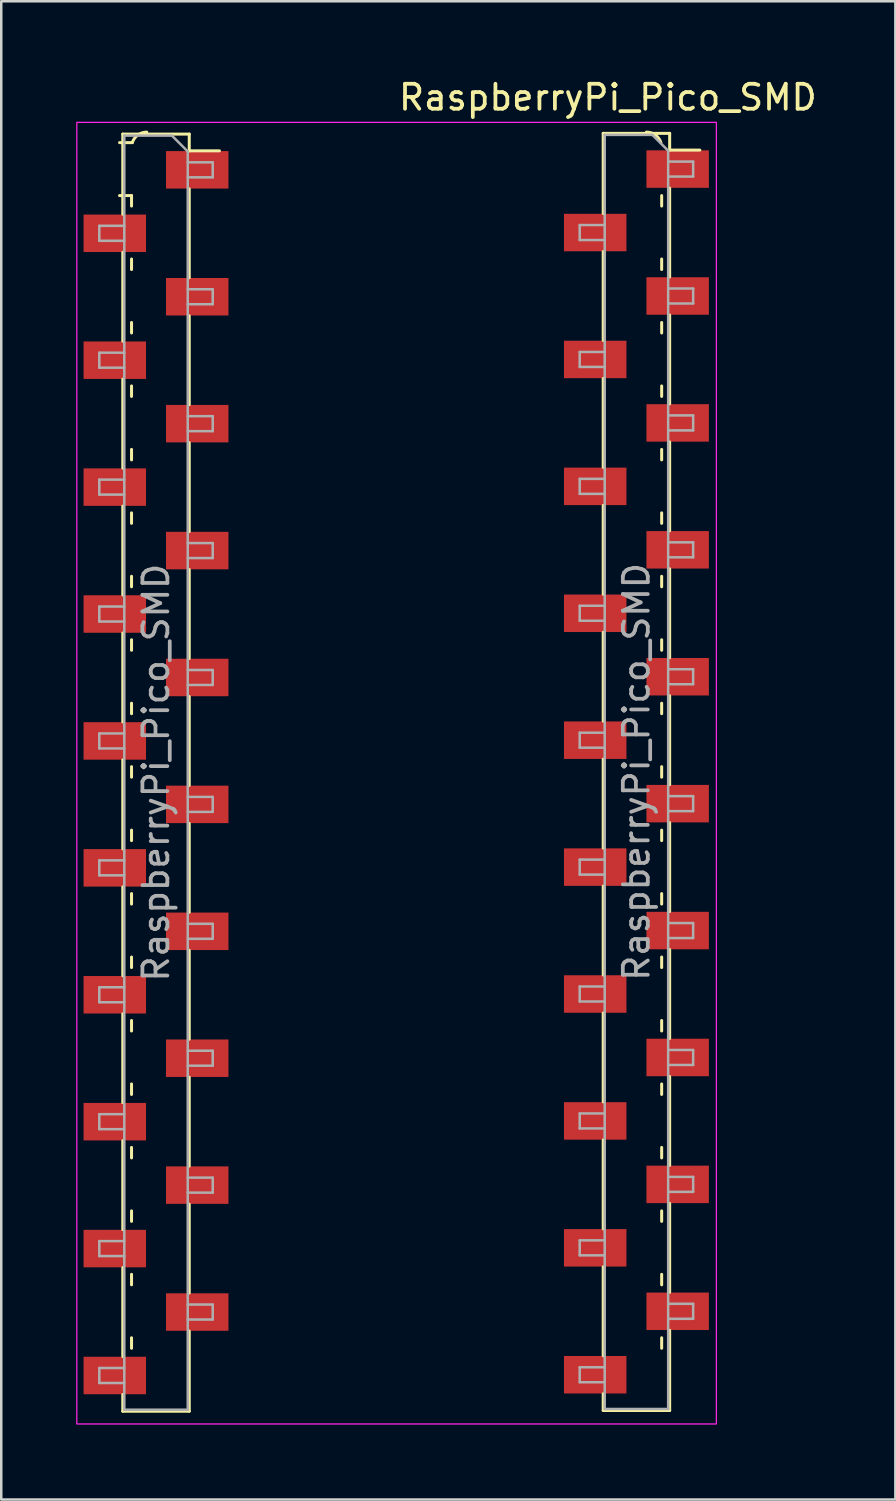
<source format=kicad_pcb>
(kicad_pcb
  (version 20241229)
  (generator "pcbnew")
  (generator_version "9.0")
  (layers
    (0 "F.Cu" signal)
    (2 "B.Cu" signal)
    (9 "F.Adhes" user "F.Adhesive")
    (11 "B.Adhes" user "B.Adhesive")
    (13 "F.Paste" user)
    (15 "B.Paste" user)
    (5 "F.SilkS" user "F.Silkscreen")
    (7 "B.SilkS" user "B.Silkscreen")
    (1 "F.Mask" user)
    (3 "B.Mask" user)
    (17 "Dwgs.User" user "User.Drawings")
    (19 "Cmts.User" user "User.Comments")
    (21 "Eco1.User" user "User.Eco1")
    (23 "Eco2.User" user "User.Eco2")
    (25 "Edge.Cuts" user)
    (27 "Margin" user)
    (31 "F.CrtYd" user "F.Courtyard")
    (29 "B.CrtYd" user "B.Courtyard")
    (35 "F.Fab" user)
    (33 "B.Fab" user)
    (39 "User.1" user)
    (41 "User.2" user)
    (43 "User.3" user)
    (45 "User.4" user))
  (footprint "RaspberryPi_Pico_SMD"
    (layer "F.Cu")
    (at 12.825 27.848)
    (property "Reference" "RaspberryPi_Pico_SMD" (at 0 -27 0) (unlocked yes) (layer "F.SilkS") (effects (font (size 1 1) (thickness 0.15)) (justify left)))
    (attr smd)
    (fp_line (start -10.96 -25.53) (end -10.96 -22.32) (stroke (width 0.12) (type solid)) (layer "F.SilkS"))
    (fp_line (start -10.96 -25.53) (end -8.3 -25.53) (stroke (width 0.12) (type solid)) (layer "F.SilkS"))
    (fp_line (start -10.96 -20.8) (end -10.96 -17.24) (stroke (width 0.12) (type solid)) (layer "F.SilkS"))
    (fp_line (start -10.96 -15.72) (end -10.96 -12.16) (stroke (width 0.12) (type solid)) (layer "F.SilkS"))
    (fp_line (start -10.96 -10.64) (end -10.96 -7.08) (stroke (width 0.12) (type solid)) (layer "F.SilkS"))
    (fp_line (start -10.96 -5.56) (end -10.96 -2) (stroke (width 0.12) (type solid)) (layer "F.SilkS"))
    (fp_line (start -10.96 -0.48) (end -10.96 3.08) (stroke (width 0.12) (type solid)) (layer "F.SilkS"))
    (fp_line (start -10.96 4.6) (end -10.96 8.16) (stroke (width 0.12) (type solid)) (layer "F.SilkS"))
    (fp_line (start -10.96 9.68) (end -10.96 13.24) (stroke (width 0.12) (type solid)) (layer "F.SilkS"))
    (fp_line (start -10.96 14.76) (end -10.96 18.32) (stroke (width 0.12) (type solid)) (layer "F.SilkS"))
    (fp_line (start -10.96 19.84) (end -10.96 23.4) (stroke (width 0.12) (type solid)) (layer "F.SilkS"))
    (fp_line (start -10.96 24.92) (end -10.96 25.59) (stroke (width 0.12) (type solid)) (layer "F.SilkS"))
    (fp_line (start -10.96 25.59) (end -8.3 25.59) (stroke (width 0.12) (type solid)) (layer "F.SilkS"))
    (fp_line (start -10.61 -23.07) (end -11.09 -23.07) (stroke (width 0.12) (type solid)) (layer "F.SilkS"))
    (fp_line (start -10.61 -23.07) (end -10.61 -22.65) (stroke (width 0.12) (type solid)) (layer "F.SilkS"))
    (fp_line (start -10.61 -20.53) (end -10.61 -20.11) (stroke (width 0.12) (type solid)) (layer "F.SilkS"))
    (fp_line (start -10.61 -17.99) (end -10.61 -17.57) (stroke (width 0.12) (type solid)) (layer "F.SilkS"))
    (fp_line (start -10.61 -15.45) (end -10.61 -15.03) (stroke (width 0.12) (type solid)) (layer "F.SilkS"))
    (fp_line (start -10.61 -12.91) (end -10.61 -12.49) (stroke (width 0.12) (type solid)) (layer "F.SilkS"))
    (fp_line (start -10.61 -10.37) (end -10.61 -9.95) (stroke (width 0.12) (type solid)) (layer "F.SilkS"))
    (fp_line (start -10.61 -7.83) (end -10.61 -7.41) (stroke (width 0.12) (type solid)) (layer "F.SilkS"))
    (fp_line (start -10.61 -5.29) (end -10.61 -4.87) (stroke (width 0.12) (type solid)) (layer "F.SilkS"))
    (fp_line (start -10.61 -2.75) (end -10.61 -2.33) (stroke (width 0.12) (type solid)) (layer "F.SilkS"))
    (fp_line (start -10.61 -0.21) (end -10.61 0.21) (stroke (width 0.12) (type solid)) (layer "F.SilkS"))
    (fp_line (start -10.61 2.33) (end -10.61 2.75) (stroke (width 0.12) (type solid)) (layer "F.SilkS"))
    (fp_line (start -10.61 4.87) (end -10.61 5.29) (stroke (width 0.12) (type solid)) (layer "F.SilkS"))
    (fp_line (start -10.61 7.41) (end -10.61 7.83) (stroke (width 0.12) (type solid)) (layer "F.SilkS"))
    (fp_line (start -10.61 9.95) (end -10.61 10.37) (stroke (width 0.12) (type solid)) (layer "F.SilkS"))
    (fp_line (start -10.61 12.49) (end -10.61 12.91) (stroke (width 0.12) (type solid)) (layer "F.SilkS"))
    (fp_line (start -10.61 15.03) (end -10.61 15.45) (stroke (width 0.12) (type solid)) (layer "F.SilkS"))
    (fp_line (start -10.61 17.57) (end -10.61 17.99) (stroke (width 0.12) (type solid)) (layer "F.SilkS"))
    (fp_line (start -10.61 20.11) (end -10.61 20.53) (stroke (width 0.12) (type solid)) (layer "F.SilkS"))
    (fp_line (start -10.61 22.65) (end -10.61 23.07) (stroke (width 0.12) (type solid)) (layer "F.SilkS"))
    (fp_line (start -10.58 -25.19) (end -11.09 -25.19) (stroke (width 0.12) (type solid)) (layer "F.SilkS"))
    (fp_line (start -8.3 -25.53) (end -8.3 -24.86) (stroke (width 0.12) (type solid)) (layer "F.SilkS"))
    (fp_line (start -8.3 -24.86) (end -7.09 -24.86) (stroke (width 0.12) (type solid)) (layer "F.SilkS"))
    (fp_line (start -8.3 -23.34) (end -8.3 -19.78) (stroke (width 0.12) (type solid)) (layer "F.SilkS"))
    (fp_line (start -8.3 -18.26) (end -8.3 -14.7) (stroke (width 0.12) (type solid)) (layer "F.SilkS"))
    (fp_line (start -8.3 -13.18) (end -8.3 -9.62) (stroke (width 0.12) (type solid)) (layer "F.SilkS"))
    (fp_line (start -8.3 -8.1) (end -8.3 -4.54) (stroke (width 0.12) (type solid)) (layer "F.SilkS"))
    (fp_line (start -8.3 -3.02) (end -8.3 0.54) (stroke (width 0.12) (type solid)) (layer "F.SilkS"))
    (fp_line (start -8.3 2.06) (end -8.3 5.62) (stroke (width 0.12) (type solid)) (layer "F.SilkS"))
    (fp_line (start -8.3 7.14) (end -8.3 10.7) (stroke (width 0.12) (type solid)) (layer "F.SilkS"))
    (fp_line (start -8.3 12.22) (end -8.3 15.78) (stroke (width 0.12) (type solid)) (layer "F.SilkS"))
    (fp_line (start -8.3 17.3) (end -8.3 20.86) (stroke (width 0.12) (type solid)) (layer "F.SilkS"))
    (fp_line (start -8.3 22.38) (end -8.3 25.59) (stroke (width 0.12) (type solid)) (layer "F.SilkS"))
    (fp_line (start 8.27 -25.56) (end 8.27 -22.35) (stroke (width 0.12) (type solid)) (layer "F.SilkS"))
    (fp_line (start 8.27 -25.56) (end 10.93 -25.56) (stroke (width 0.12) (type solid)) (layer "F.SilkS"))
    (fp_line (start 8.27 -20.83) (end 8.27 -17.27) (stroke (width 0.12) (type solid)) (layer "F.SilkS"))
    (fp_line (start 8.27 -15.75) (end 8.27 -12.19) (stroke (width 0.12) (type solid)) (layer "F.SilkS"))
    (fp_line (start 8.27 -10.67) (end 8.27 -7.11) (stroke (width 0.12) (type solid)) (layer "F.SilkS"))
    (fp_line (start 8.27 -5.59) (end 8.27 -2.03) (stroke (width 0.12) (type solid)) (layer "F.SilkS"))
    (fp_line (start 8.27 -0.51) (end 8.27 3.05) (stroke (width 0.12) (type solid)) (layer "F.SilkS"))
    (fp_line (start 8.27 4.57) (end 8.27 8.13) (stroke (width 0.12) (type solid)) (layer "F.SilkS"))
    (fp_line (start 8.27 9.65) (end 8.27 13.21) (stroke (width 0.12) (type solid)) (layer "F.SilkS"))
    (fp_line (start 8.27 14.73) (end 8.27 18.29) (stroke (width 0.12) (type solid)) (layer "F.SilkS"))
    (fp_line (start 8.27 19.81) (end 8.27 23.37) (stroke (width 0.12) (type solid)) (layer "F.SilkS"))
    (fp_line (start 8.27 24.89) (end 8.27 25.56) (stroke (width 0.12) (type solid)) (layer "F.SilkS"))
    (fp_line (start 8.27 25.56) (end 10.93 25.56) (stroke (width 0.12) (type solid)) (layer "F.SilkS"))
    (fp_line (start 10.61 -23.07) (end 10.61 -22.65) (stroke (width 0.12) (type solid)) (layer "F.SilkS"))
    (fp_line (start 10.61 -20.53) (end 10.61 -20.11) (stroke (width 0.12) (type solid)) (layer "F.SilkS"))
    (fp_line (start 10.61 -17.99) (end 10.61 -17.57) (stroke (width 0.12) (type solid)) (layer "F.SilkS"))
    (fp_line (start 10.61 -15.45) (end 10.61 -15.03) (stroke (width 0.12) (type solid)) (layer "F.SilkS"))
    (fp_line (start 10.61 -12.91) (end 10.61 -12.49) (stroke (width 0.12) (type solid)) (layer "F.SilkS"))
    (fp_line (start 10.61 -10.37) (end 10.61 -9.95) (stroke (width 0.12) (type solid)) (layer "F.SilkS"))
    (fp_line (start 10.61 -7.83) (end 10.61 -7.41) (stroke (width 0.12) (type solid)) (layer "F.SilkS"))
    (fp_line (start 10.61 -5.29) (end 10.61 -4.87) (stroke (width 0.12) (type solid)) (layer "F.SilkS"))
    (fp_line (start 10.61 -2.75) (end 10.61 -2.33) (stroke (width 0.12) (type solid)) (layer "F.SilkS"))
    (fp_line (start 10.61 -0.21) (end 10.61 0.21) (stroke (width 0.12) (type solid)) (layer "F.SilkS"))
    (fp_line (start 10.61 2.33) (end 10.61 2.75) (stroke (width 0.12) (type solid)) (layer "F.SilkS"))
    (fp_line (start 10.61 4.87) (end 10.61 5.29) (stroke (width 0.12) (type solid)) (layer "F.SilkS"))
    (fp_line (start 10.61 7.41) (end 10.61 7.83) (stroke (width 0.12) (type solid)) (layer "F.SilkS"))
    (fp_line (start 10.61 9.95) (end 10.61 10.37) (stroke (width 0.12) (type solid)) (layer "F.SilkS"))
    (fp_line (start 10.61 12.49) (end 10.61 12.91) (stroke (width 0.12) (type solid)) (layer "F.SilkS"))
    (fp_line (start 10.61 15.03) (end 10.61 15.45) (stroke (width 0.12) (type solid)) (layer "F.SilkS"))
    (fp_line (start 10.61 17.57) (end 10.61 17.99) (stroke (width 0.12) (type solid)) (layer "F.SilkS"))
    (fp_line (start 10.61 20.11) (end 10.61 20.53) (stroke (width 0.12) (type solid)) (layer "F.SilkS"))
    (fp_line (start 10.61 22.65) (end 10.61 23.07) (stroke (width 0.12) (type solid)) (layer "F.SilkS"))
    (fp_line (start 10.93 -25.56) (end 10.93 -24.89) (stroke (width 0.12) (type solid)) (layer "F.SilkS"))
    (fp_line (start 10.93 -24.89) (end 12.14 -24.89) (stroke (width 0.12) (type solid)) (layer "F.SilkS"))
    (fp_line (start 10.93 -23.37) (end 10.93 -19.81) (stroke (width 0.12) (type solid)) (layer "F.SilkS"))
    (fp_line (start 10.93 -18.29) (end 10.93 -14.73) (stroke (width 0.12) (type solid)) (layer "F.SilkS"))
    (fp_line (start 10.93 -13.21) (end 10.93 -9.65) (stroke (width 0.12) (type solid)) (layer "F.SilkS"))
    (fp_line (start 10.93 -8.13) (end 10.93 -4.57) (stroke (width 0.12) (type solid)) (layer "F.SilkS"))
    (fp_line (start 10.93 -3.05) (end 10.93 0.51) (stroke (width 0.12) (type solid)) (layer "F.SilkS"))
    (fp_line (start 10.93 2.03) (end 10.93 5.59) (stroke (width 0.12) (type solid)) (layer "F.SilkS"))
    (fp_line (start 10.93 7.11) (end 10.93 10.67) (stroke (width 0.12) (type solid)) (layer "F.SilkS"))
    (fp_line (start 10.93 12.19) (end 10.93 15.75) (stroke (width 0.12) (type solid)) (layer "F.SilkS"))
    (fp_line (start 10.93 17.27) (end 10.93 20.83) (stroke (width 0.12) (type solid)) (layer "F.SilkS"))
    (fp_line (start 10.93 22.35) (end 10.93 25.56) (stroke (width 0.12) (type solid)) (layer "F.SilkS"))
    (fp_arc (start -10.579676 -25.19) (mid -10.357938 -25.493944) (end -10 -25.61) (stroke (width 0.12) (type solid)) (layer "F.SilkS"))
    (fp_arc (start 10 -25.61) (mid 10.357937 -25.493944) (end 10.579676 -25.189937) (stroke (width 0.12) (type solid)) (layer "F.SilkS"))
    (fp_rect (start -12.8 -26) (end 12.8 26.1) (stroke (width 0.05) (type default)) (fill no) (layer "F.CrtYd"))
    (fp_line (start -11.9 -21.86) (end -10.9 -21.86) (stroke (width 0.1) (type solid)) (layer "F.Fab"))
    (fp_line (start -11.9 -21.26) (end -11.9 -21.86) (stroke (width 0.1) (type solid)) (layer "F.Fab"))
    (fp_line (start -11.9 -16.78) (end -10.9 -16.78) (stroke (width 0.1) (type solid)) (layer "F.Fab"))
    (fp_line (start -11.9 -16.18) (end -11.9 -16.78) (stroke (width 0.1) (type solid)) (layer "F.Fab"))
    (fp_line (start -11.9 -11.7) (end -10.9 -11.7) (stroke (width 0.1) (type solid)) (layer "F.Fab"))
    (fp_line (start -11.9 -11.1) (end -11.9 -11.7) (stroke (width 0.1) (type solid)) (layer "F.Fab"))
    (fp_line (start -11.9 -6.62) (end -10.9 -6.62) (stroke (width 0.1) (type solid)) (layer "F.Fab"))
    (fp_line (start -11.9 -6.02) (end -11.9 -6.62) (stroke (width 0.1) (type solid)) (layer "F.Fab"))
    (fp_line (start -11.9 -1.54) (end -10.9 -1.54) (stroke (width 0.1) (type solid)) (layer "F.Fab"))
    (fp_line (start -11.9 -0.94) (end -11.9 -1.54) (stroke (width 0.1) (type solid)) (layer "F.Fab"))
    (fp_line (start -11.9 3.54) (end -10.9 3.54) (stroke (width 0.1) (type solid)) (layer "F.Fab"))
    (fp_line (start -11.9 4.14) (end -11.9 3.54) (stroke (width 0.1) (type solid)) (layer "F.Fab"))
    (fp_line (start -11.9 8.62) (end -10.9 8.62) (stroke (width 0.1) (type solid)) (layer "F.Fab"))
    (fp_line (start -11.9 9.22) (end -11.9 8.62) (stroke (width 0.1) (type solid)) (layer "F.Fab"))
    (fp_line (start -11.9 13.7) (end -10.9 13.7) (stroke (width 0.1) (type solid)) (layer "F.Fab"))
    (fp_line (start -11.9 14.3) (end -11.9 13.7) (stroke (width 0.1) (type solid)) (layer "F.Fab"))
    (fp_line (start -11.9 18.78) (end -10.9 18.78) (stroke (width 0.1) (type solid)) (layer "F.Fab"))
    (fp_line (start -11.9 19.38) (end -11.9 18.78) (stroke (width 0.1) (type solid)) (layer "F.Fab"))
    (fp_line (start -11.9 23.86) (end -10.9 23.86) (stroke (width 0.1) (type solid)) (layer "F.Fab"))
    (fp_line (start -11.9 24.46) (end -11.9 23.86) (stroke (width 0.1) (type solid)) (layer "F.Fab"))
    (fp_line (start -10.9 -25.47) (end -8.995 -25.47) (stroke (width 0.1) (type solid)) (layer "F.Fab"))
    (fp_line (start -10.9 -21.26) (end -11.9 -21.26) (stroke (width 0.1) (type solid)) (layer "F.Fab"))
    (fp_line (start -10.9 -16.18) (end -11.9 -16.18) (stroke (width 0.1) (type solid)) (layer "F.Fab"))
    (fp_line (start -10.9 -11.1) (end -11.9 -11.1) (stroke (width 0.1) (type solid)) (layer "F.Fab"))
    (fp_line (start -10.9 -6.02) (end -11.9 -6.02) (stroke (width 0.1) (type solid)) (layer "F.Fab"))
    (fp_line (start -10.9 -0.94) (end -11.9 -0.94) (stroke (width 0.1) (type solid)) (layer "F.Fab"))
    (fp_line (start -10.9 4.14) (end -11.9 4.14) (stroke (width 0.1) (type solid)) (layer "F.Fab"))
    (fp_line (start -10.9 9.22) (end -11.9 9.22) (stroke (width 0.1) (type solid)) (layer "F.Fab"))
    (fp_line (start -10.9 14.3) (end -11.9 14.3) (stroke (width 0.1) (type solid)) (layer "F.Fab"))
    (fp_line (start -10.9 19.38) (end -11.9 19.38) (stroke (width 0.1) (type solid)) (layer "F.Fab"))
    (fp_line (start -10.9 24.46) (end -11.9 24.46) (stroke (width 0.1) (type solid)) (layer "F.Fab"))
    (fp_line (start -10.9 25.53) (end -10.9 -25.47) (stroke (width 0.1) (type solid)) (layer "F.Fab"))
    (fp_line (start -8.995 -25.47) (end -8.36 -24.835) (stroke (width 0.1) (type solid)) (layer "F.Fab"))
    (fp_line (start -8.36 -24.835) (end -8.36 25.53) (stroke (width 0.1) (type solid)) (layer "F.Fab"))
    (fp_line (start -8.36 -24.4) (end -7.36 -24.4) (stroke (width 0.1) (type solid)) (layer "F.Fab"))
    (fp_line (start -8.36 -19.32) (end -7.36 -19.32) (stroke (width 0.1) (type solid)) (layer "F.Fab"))
    (fp_line (start -8.36 -14.24) (end -7.36 -14.24) (stroke (width 0.1) (type solid)) (layer "F.Fab"))
    (fp_line (start -8.36 -9.16) (end -7.36 -9.16) (stroke (width 0.1) (type solid)) (layer "F.Fab"))
    (fp_line (start -8.36 -4.08) (end -7.36 -4.08) (stroke (width 0.1) (type solid)) (layer "F.Fab"))
    (fp_line (start -8.36 1) (end -7.36 1) (stroke (width 0.1) (type solid)) (layer "F.Fab"))
    (fp_line (start -8.36 6.08) (end -7.36 6.08) (stroke (width 0.1) (type solid)) (layer "F.Fab"))
    (fp_line (start -8.36 11.16) (end -7.36 11.16) (stroke (width 0.1) (type solid)) (layer "F.Fab"))
    (fp_line (start -8.36 16.24) (end -7.36 16.24) (stroke (width 0.1) (type solid)) (layer "F.Fab"))
    (fp_line (start -8.36 21.32) (end -7.36 21.32) (stroke (width 0.1) (type solid)) (layer "F.Fab"))
    (fp_line (start -8.36 25.53) (end -10.9 25.53) (stroke (width 0.1) (type solid)) (layer "F.Fab"))
    (fp_line (start -7.36 -24.4) (end -7.36 -23.8) (stroke (width 0.1) (type solid)) (layer "F.Fab"))
    (fp_line (start -7.36 -23.8) (end -8.36 -23.8) (stroke (width 0.1) (type solid)) (layer "F.Fab"))
    (fp_line (start -7.36 -19.32) (end -7.36 -18.72) (stroke (width 0.1) (type solid)) (layer "F.Fab"))
    (fp_line (start -7.36 -18.72) (end -8.36 -18.72) (stroke (width 0.1) (type solid)) (layer "F.Fab"))
    (fp_line (start -7.36 -14.24) (end -7.36 -13.64) (stroke (width 0.1) (type solid)) (layer "F.Fab"))
    (fp_line (start -7.36 -13.64) (end -8.36 -13.64) (stroke (width 0.1) (type solid)) (layer "F.Fab"))
    (fp_line (start -7.36 -9.16) (end -7.36 -8.56) (stroke (width 0.1) (type solid)) (layer "F.Fab"))
    (fp_line (start -7.36 -8.56) (end -8.36 -8.56) (stroke (width 0.1) (type solid)) (layer "F.Fab"))
    (fp_line (start -7.36 -4.08) (end -7.36 -3.48) (stroke (width 0.1) (type solid)) (layer "F.Fab"))
    (fp_line (start -7.36 -3.48) (end -8.36 -3.48) (stroke (width 0.1) (type solid)) (layer "F.Fab"))
    (fp_line (start -7.36 1) (end -7.36 1.6) (stroke (width 0.1) (type solid)) (layer "F.Fab"))
    (fp_line (start -7.36 1.6) (end -8.36 1.6) (stroke (width 0.1) (type solid)) (layer "F.Fab"))
    (fp_line (start -7.36 6.08) (end -7.36 6.68) (stroke (width 0.1) (type solid)) (layer "F.Fab"))
    (fp_line (start -7.36 6.68) (end -8.36 6.68) (stroke (width 0.1) (type solid)) (layer "F.Fab"))
    (fp_line (start -7.36 11.16) (end -7.36 11.76) (stroke (width 0.1) (type solid)) (layer "F.Fab"))
    (fp_line (start -7.36 11.76) (end -8.36 11.76) (stroke (width 0.1) (type solid)) (layer "F.Fab"))
    (fp_line (start -7.36 16.24) (end -7.36 16.84) (stroke (width 0.1) (type solid)) (layer "F.Fab"))
    (fp_line (start -7.36 16.84) (end -8.36 16.84) (stroke (width 0.1) (type solid)) (layer "F.Fab"))
    (fp_line (start -7.36 21.32) (end -7.36 21.92) (stroke (width 0.1) (type solid)) (layer "F.Fab"))
    (fp_line (start -7.36 21.92) (end -8.36 21.92) (stroke (width 0.1) (type solid)) (layer "F.Fab"))
    (fp_line (start 7.33 -21.89) (end 8.33 -21.89) (stroke (width 0.1) (type solid)) (layer "F.Fab"))
    (fp_line (start 7.33 -21.29) (end 7.33 -21.89) (stroke (width 0.1) (type solid)) (layer "F.Fab"))
    (fp_line (start 7.33 -16.81) (end 8.33 -16.81) (stroke (width 0.1) (type solid)) (layer "F.Fab"))
    (fp_line (start 7.33 -16.21) (end 7.33 -16.81) (stroke (width 0.1) (type solid)) (layer "F.Fab"))
    (fp_line (start 7.33 -11.73) (end 8.33 -11.73) (stroke (width 0.1) (type solid)) (layer "F.Fab"))
    (fp_line (start 7.33 -11.13) (end 7.33 -11.73) (stroke (width 0.1) (type solid)) (layer "F.Fab"))
    (fp_line (start 7.33 -6.65) (end 8.33 -6.65) (stroke (width 0.1) (type solid)) (layer "F.Fab"))
    (fp_line (start 7.33 -6.05) (end 7.33 -6.65) (stroke (width 0.1) (type solid)) (layer "F.Fab"))
    (fp_line (start 7.33 -1.57) (end 8.33 -1.57) (stroke (width 0.1) (type solid)) (layer "F.Fab"))
    (fp_line (start 7.33 -0.97) (end 7.33 -1.57) (stroke (width 0.1) (type solid)) (layer "F.Fab"))
    (fp_line (start 7.33 3.51) (end 8.33 3.51) (stroke (width 0.1) (type solid)) (layer "F.Fab"))
    (fp_line (start 7.33 4.11) (end 7.33 3.51) (stroke (width 0.1) (type solid)) (layer "F.Fab"))
    (fp_line (start 7.33 8.59) (end 8.33 8.59) (stroke (width 0.1) (type solid)) (layer "F.Fab"))
    (fp_line (start 7.33 9.19) (end 7.33 8.59) (stroke (width 0.1) (type solid)) (layer "F.Fab"))
    (fp_line (start 7.33 13.67) (end 8.33 13.67) (stroke (width 0.1) (type solid)) (layer "F.Fab"))
    (fp_line (start 7.33 14.27) (end 7.33 13.67) (stroke (width 0.1) (type solid)) (layer "F.Fab"))
    (fp_line (start 7.33 18.75) (end 8.33 18.75) (stroke (width 0.1) (type solid)) (layer "F.Fab"))
    (fp_line (start 7.33 19.35) (end 7.33 18.75) (stroke (width 0.1) (type solid)) (layer "F.Fab"))
    (fp_line (start 7.33 23.83) (end 8.33 23.83) (stroke (width 0.1) (type solid)) (layer "F.Fab"))
    (fp_line (start 7.33 24.43) (end 7.33 23.83) (stroke (width 0.1) (type solid)) (layer "F.Fab"))
    (fp_line (start 8.33 -25.5) (end 10.235 -25.5) (stroke (width 0.1) (type solid)) (layer "F.Fab"))
    (fp_line (start 8.33 -21.29) (end 7.33 -21.29) (stroke (width 0.1) (type solid)) (layer "F.Fab"))
    (fp_line (start 8.33 -16.21) (end 7.33 -16.21) (stroke (width 0.1) (type solid)) (layer "F.Fab"))
    (fp_line (start 8.33 -11.13) (end 7.33 -11.13) (stroke (width 0.1) (type solid)) (layer "F.Fab"))
    (fp_line (start 8.33 -6.05) (end 7.33 -6.05) (stroke (width 0.1) (type solid)) (layer "F.Fab"))
    (fp_line (start 8.33 -0.97) (end 7.33 -0.97) (stroke (width 0.1) (type solid)) (layer "F.Fab"))
    (fp_line (start 8.33 4.11) (end 7.33 4.11) (stroke (width 0.1) (type solid)) (layer "F.Fab"))
    (fp_line (start 8.33 9.19) (end 7.33 9.19) (stroke (width 0.1) (type solid)) (layer "F.Fab"))
    (fp_line (start 8.33 14.27) (end 7.33 14.27) (stroke (width 0.1) (type solid)) (layer "F.Fab"))
    (fp_line (start 8.33 19.35) (end 7.33 19.35) (stroke (width 0.1) (type solid)) (layer "F.Fab"))
    (fp_line (start 8.33 24.43) (end 7.33 24.43) (stroke (width 0.1) (type solid)) (layer "F.Fab"))
    (fp_line (start 8.33 25.5) (end 8.33 -25.5) (stroke (width 0.1) (type solid)) (layer "F.Fab"))
    (fp_line (start 10.235 -25.5) (end 10.87 -24.865) (stroke (width 0.1) (type solid)) (layer "F.Fab"))
    (fp_line (start 10.87 -24.865) (end 10.87 25.5) (stroke (width 0.1) (type solid)) (layer "F.Fab"))
    (fp_line (start 10.87 -24.43) (end 11.87 -24.43) (stroke (width 0.1) (type solid)) (layer "F.Fab"))
    (fp_line (start 10.87 -19.35) (end 11.87 -19.35) (stroke (width 0.1) (type solid)) (layer "F.Fab"))
    (fp_line (start 10.87 -14.27) (end 11.87 -14.27) (stroke (width 0.1) (type solid)) (layer "F.Fab"))
    (fp_line (start 10.87 -9.19) (end 11.87 -9.19) (stroke (width 0.1) (type solid)) (layer "F.Fab"))
    (fp_line (start 10.87 -4.11) (end 11.87 -4.11) (stroke (width 0.1) (type solid)) (layer "F.Fab"))
    (fp_line (start 10.87 0.97) (end 11.87 0.97) (stroke (width 0.1) (type solid)) (layer "F.Fab"))
    (fp_line (start 10.87 6.05) (end 11.87 6.05) (stroke (width 0.1) (type solid)) (layer "F.Fab"))
    (fp_line (start 10.87 11.13) (end 11.87 11.13) (stroke (width 0.1) (type solid)) (layer "F.Fab"))
    (fp_line (start 10.87 16.21) (end 11.87 16.21) (stroke (width 0.1) (type solid)) (layer "F.Fab"))
    (fp_line (start 10.87 21.29) (end 11.87 21.29) (stroke (width 0.1) (type solid)) (layer "F.Fab"))
    (fp_line (start 10.87 25.5) (end 8.33 25.5) (stroke (width 0.1) (type solid)) (layer "F.Fab"))
    (fp_line (start 11.87 -24.43) (end 11.87 -23.83) (stroke (width 0.1) (type solid)) (layer "F.Fab"))
    (fp_line (start 11.87 -23.83) (end 10.87 -23.83) (stroke (width 0.1) (type solid)) (layer "F.Fab"))
    (fp_line (start 11.87 -19.35) (end 11.87 -18.75) (stroke (width 0.1) (type solid)) (layer "F.Fab"))
    (fp_line (start 11.87 -18.75) (end 10.87 -18.75) (stroke (width 0.1) (type solid)) (layer "F.Fab"))
    (fp_line (start 11.87 -14.27) (end 11.87 -13.67) (stroke (width 0.1) (type solid)) (layer "F.Fab"))
    (fp_line (start 11.87 -13.67) (end 10.87 -13.67) (stroke (width 0.1) (type solid)) (layer "F.Fab"))
    (fp_line (start 11.87 -9.19) (end 11.87 -8.59) (stroke (width 0.1) (type solid)) (layer "F.Fab"))
    (fp_line (start 11.87 -8.59) (end 10.87 -8.59) (stroke (width 0.1) (type solid)) (layer "F.Fab"))
    (fp_line (start 11.87 -4.11) (end 11.87 -3.51) (stroke (width 0.1) (type solid)) (layer "F.Fab"))
    (fp_line (start 11.87 -3.51) (end 10.87 -3.51) (stroke (width 0.1) (type solid)) (layer "F.Fab"))
    (fp_line (start 11.87 0.97) (end 11.87 1.57) (stroke (width 0.1) (type solid)) (layer "F.Fab"))
    (fp_line (start 11.87 1.57) (end 10.87 1.57) (stroke (width 0.1) (type solid)) (layer "F.Fab"))
    (fp_line (start 11.87 6.05) (end 11.87 6.65) (stroke (width 0.1) (type solid)) (layer "F.Fab"))
    (fp_line (start 11.87 6.65) (end 10.87 6.65) (stroke (width 0.1) (type solid)) (layer "F.Fab"))
    (fp_line (start 11.87 11.13) (end 11.87 11.73) (stroke (width 0.1) (type solid)) (layer "F.Fab"))
    (fp_line (start 11.87 11.73) (end 10.87 11.73) (stroke (width 0.1) (type solid)) (layer "F.Fab"))
    (fp_line (start 11.87 16.21) (end 11.87 16.81) (stroke (width 0.1) (type solid)) (layer "F.Fab"))
    (fp_line (start 11.87 16.81) (end 10.87 16.81) (stroke (width 0.1) (type solid)) (layer "F.Fab"))
    (fp_line (start 11.87 21.29) (end 11.87 21.89) (stroke (width 0.1) (type solid)) (layer "F.Fab"))
    (fp_line (start 11.87 21.89) (end 10.87 21.89) (stroke (width 0.1) (type solid)) (layer "F.Fab"))
    (fp_text user "${REFERENCE}" (at 9.6 0 90) (layer "F.Fab") (effects (font (size 1 1) (thickness 0.15))))
    (fp_text user "${REFERENCE}" (at -9.63 0.03 90) (layer "F.Fab") (effects (font (size 1 1) (thickness 0.15))))
    (pad "1" smd rect (at -7.98 -24.1) (size 2.5 1.5) (layers "F.Cu" "F.Mask" "F.Paste"))
    (pad "2" smd rect (at -11.28 -21.56) (size 2.5 1.5) (layers "F.Cu" "F.Mask" "F.Paste"))
    (pad "3" smd rect (at -7.98 -19.02) (size 2.5 1.5) (layers "F.Cu" "F.Mask" "F.Paste"))
    (pad "4" smd rect (at -11.28 -16.48) (size 2.5 1.5) (layers "F.Cu" "F.Mask" "F.Paste"))
    (pad "5" smd rect (at -7.98 -13.94) (size 2.5 1.5) (layers "F.Cu" "F.Mask" "F.Paste"))
    (pad "6" smd rect (at -11.28 -11.4) (size 2.5 1.5) (layers "F.Cu" "F.Mask" "F.Paste"))
    (pad "7" smd rect (at -7.98 -8.86) (size 2.5 1.5) (layers "F.Cu" "F.Mask" "F.Paste"))
    (pad "8" smd rect (at -11.28 -6.32) (size 2.5 1.5) (layers "F.Cu" "F.Mask" "F.Paste"))
    (pad "9" smd rect (at -7.98 -3.78) (size 2.5 1.5) (layers "F.Cu" "F.Mask" "F.Paste"))
    (pad "10" smd rect (at -11.28 -1.24) (size 2.5 1.5) (layers "F.Cu" "F.Mask" "F.Paste"))
    (pad "11" smd rect (at -7.98 1.3) (size 2.5 1.5) (layers "F.Cu" "F.Mask" "F.Paste"))
    (pad "12" smd rect (at -11.28 3.84) (size 2.5 1.5) (layers "F.Cu" "F.Mask" "F.Paste"))
    (pad "13" smd rect (at -7.98 6.38) (size 2.5 1.5) (layers "F.Cu" "F.Mask" "F.Paste"))
    (pad "14" smd rect (at -11.28 8.92) (size 2.5 1.5) (layers "F.Cu" "F.Mask" "F.Paste"))
    (pad "15" smd rect (at -7.98 11.46) (size 2.5 1.5) (layers "F.Cu" "F.Mask" "F.Paste"))
    (pad "16" smd rect (at -11.28 14) (size 2.5 1.5) (layers "F.Cu" "F.Mask" "F.Paste"))
    (pad "17" smd rect (at -7.98 16.54) (size 2.5 1.5) (layers "F.Cu" "F.Mask" "F.Paste"))
    (pad "18" smd rect (at -11.28 19.08) (size 2.5 1.5) (layers "F.Cu" "F.Mask" "F.Paste"))
    (pad "19" smd rect (at -7.98 21.62) (size 2.5 1.5) (layers "F.Cu" "F.Mask" "F.Paste"))
    (pad "20" smd rect (at -11.28 24.16) (size 2.5 1.5) (layers "F.Cu" "F.Mask" "F.Paste"))
    (pad "21" smd rect (at 7.95 24.13) (size 2.5 1.5) (layers "F.Cu" "F.Mask" "F.Paste"))
    (pad "22" smd rect (at 11.25 21.59) (size 2.5 1.5) (layers "F.Cu" "F.Mask" "F.Paste"))
    (pad "23" smd rect (at 7.95 19.05) (size 2.5 1.5) (layers "F.Cu" "F.Mask" "F.Paste"))
    (pad "24" smd rect (at 11.25 16.51) (size 2.5 1.5) (layers "F.Cu" "F.Mask" "F.Paste"))
    (pad "25" smd rect (at 7.95 13.97) (size 2.5 1.5) (layers "F.Cu" "F.Mask" "F.Paste"))
    (pad "26" smd rect (at 11.25 11.43) (size 2.5 1.5) (layers "F.Cu" "F.Mask" "F.Paste"))
    (pad "27" smd rect (at 7.95 8.89) (size 2.5 1.5) (layers "F.Cu" "F.Mask" "F.Paste"))
    (pad "28" smd rect (at 11.25 6.35) (size 2.5 1.5) (layers "F.Cu" "F.Mask" "F.Paste"))
    (pad "29" smd rect (at 7.95 3.81) (size 2.5 1.5) (layers "F.Cu" "F.Mask" "F.Paste"))
    (pad "30" smd rect (at 11.25 1.27) (size 2.5 1.5) (layers "F.Cu" "F.Mask" "F.Paste"))
    (pad "31" smd rect (at 7.95 -1.27) (size 2.5 1.5) (layers "F.Cu" "F.Mask" "F.Paste"))
    (pad "32" smd rect (at 11.25 -3.81) (size 2.5 1.5) (layers "F.Cu" "F.Mask" "F.Paste"))
    (pad "33" smd rect (at 7.95 -6.35) (size 2.5 1.5) (layers "F.Cu" "F.Mask" "F.Paste"))
    (pad "34" smd rect (at 11.25 -8.89) (size 2.5 1.5) (layers "F.Cu" "F.Mask" "F.Paste"))
    (pad "35" smd rect (at 7.95 -11.43) (size 2.5 1.5) (layers "F.Cu" "F.Mask" "F.Paste"))
    (pad "36" smd rect (at 11.25 -13.97) (size 2.5 1.5) (layers "F.Cu" "F.Mask" "F.Paste"))
    (pad "37" smd rect (at 7.95 -16.51) (size 2.5 1.5) (layers "F.Cu" "F.Mask" "F.Paste"))
    (pad "38" smd rect (at 11.25 -19.05) (size 2.5 1.5) (layers "F.Cu" "F.Mask" "F.Paste"))
    (pad "39" smd rect (at 7.95 -21.59) (size 2.5 1.5) (layers "F.Cu" "F.Mask" "F.Paste"))
    (pad "40" smd rect (at 11.25 -24.13) (size 2.5 1.5) (layers "F.Cu" "F.Mask" "F.Paste")))
  (gr_rect
    (start -3 -3)
    (end 32.789 56.973)
    (stroke (width 0.1) (type default))
    (fill no)
    (layer "Edge.Cuts")))
</source>
